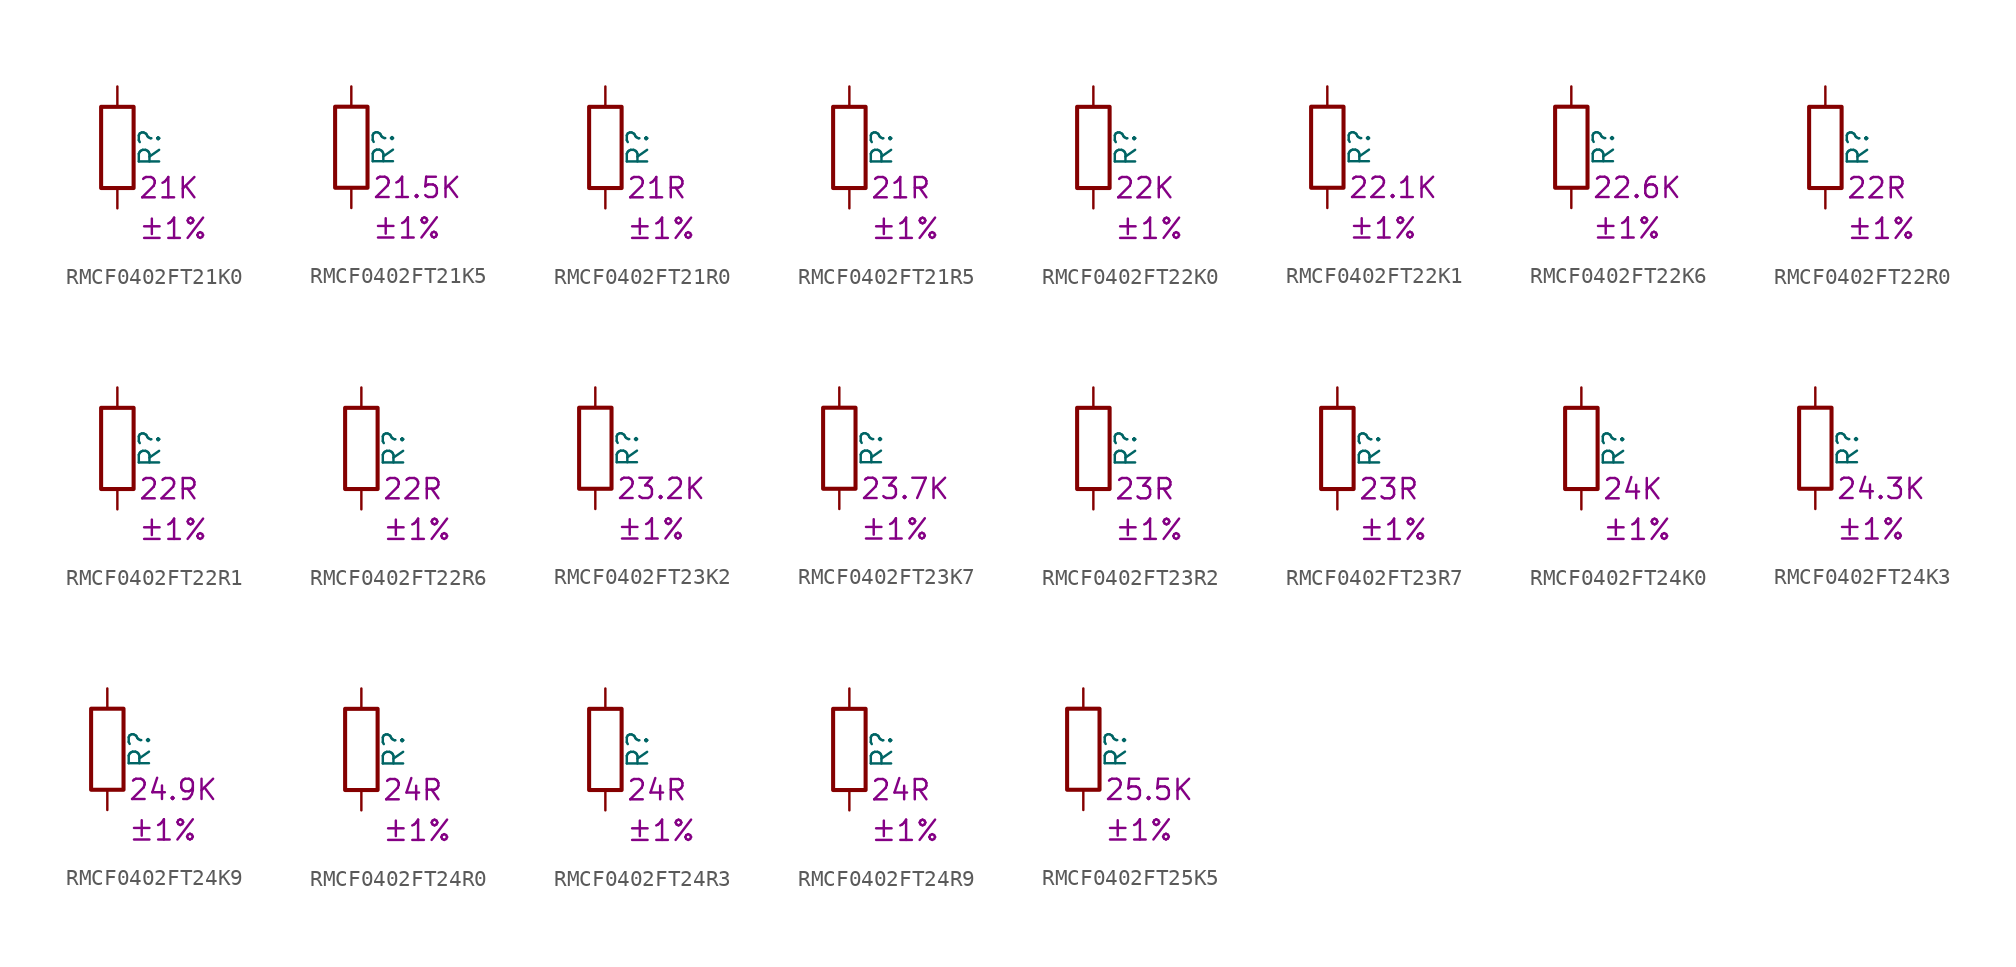
<source format=kicad_sym>
(kicad_symbol_lib
  (version 20220914)
  (generator kicad_symbol_editor)
  (symbol "RMCF0402FT21K0"
    (pin_numbers hide)
    (pin_names
      (offset 0))
    (property "Reference" "R"
      (at 2.032 0 90)
      (effects (font (size 1.27 1.27))))
    (property "Resistance" "21K"
      (at 1.27 -2.54 0)
      (effects (font (size 1.27 1.27)) (justify left)))
    (property "Tolerance" "±1%"
      (at 1.27 -5.08 0)
      (effects (font (size 1.27 1.27)) (justify left)))
    (symbol "RMCF0402FT21K0_0_1"
      (rectangle (start -1.016 -2.54) (end 1.016 2.54) (stroke (width 0.254) (type default)) (fill (type none))))
    (symbol "RMCF0402FT21K0_1_1"
      (pin passive line (at 0 3.81 270) (length 1.27) (name "~" (effects (font (size 1.27 1.27)))) (number "1" (effects (font (size 1.27 1.27)))))
      (pin passive line (at 0 -3.81 90) (length 1.27) (name "~" (effects (font (size 1.27 1.27)))) (number "2" (effects (font (size 1.27 1.27)))))))
  (symbol "RMCF0402FT21K5"
    (pin_numbers hide)
    (pin_names
      (offset 0))
    (property "Reference" "R"
      (at 2.032 0 90)
      (effects (font (size 1.27 1.27))))
    (property "Resistance" "21.5K"
      (at 1.27 -2.54 0)
      (effects (font (size 1.27 1.27)) (justify left)))
    (property "Tolerance" "±1%"
      (at 1.27 -5.08 0)
      (effects (font (size 1.27 1.27)) (justify left)))
    (symbol "RMCF0402FT21K5_0_1"
      (rectangle (start -1.016 -2.54) (end 1.016 2.54) (stroke (width 0.254) (type default)) (fill (type none))))
    (symbol "RMCF0402FT21K5_1_1"
      (pin passive line (at 0 3.81 270) (length 1.27) (name "~" (effects (font (size 1.27 1.27)))) (number "1" (effects (font (size 1.27 1.27)))))
      (pin passive line (at 0 -3.81 90) (length 1.27) (name "~" (effects (font (size 1.27 1.27)))) (number "2" (effects (font (size 1.27 1.27)))))))
  (symbol "RMCF0402FT21R0"
    (pin_numbers hide)
    (pin_names
      (offset 0))
    (property "Reference" "R"
      (at 2.032 0 90)
      (effects (font (size 1.27 1.27))))
    (property "Resistance" "21R"
      (at 1.27 -2.54 0)
      (effects (font (size 1.27 1.27)) (justify left)))
    (property "Tolerance" "±1%"
      (at 1.27 -5.08 0)
      (effects (font (size 1.27 1.27)) (justify left)))
    (symbol "RMCF0402FT21R0_0_1"
      (rectangle (start -1.016 -2.54) (end 1.016 2.54) (stroke (width 0.254) (type default)) (fill (type none))))
    (symbol "RMCF0402FT21R0_1_1"
      (pin passive line (at 0 3.81 270) (length 1.27) (name "~" (effects (font (size 1.27 1.27)))) (number "1" (effects (font (size 1.27 1.27)))))
      (pin passive line (at 0 -3.81 90) (length 1.27) (name "~" (effects (font (size 1.27 1.27)))) (number "2" (effects (font (size 1.27 1.27)))))))
  (symbol "RMCF0402FT21R5"
    (pin_numbers hide)
    (pin_names
      (offset 0))
    (property "Reference" "R"
      (at 2.032 0 90)
      (effects (font (size 1.27 1.27))))
    (property "Resistance" "21R"
      (at 1.27 -2.54 0)
      (effects (font (size 1.27 1.27)) (justify left)))
    (property "Tolerance" "±1%"
      (at 1.27 -5.08 0)
      (effects (font (size 1.27 1.27)) (justify left)))
    (symbol "RMCF0402FT21R5_0_1"
      (rectangle (start -1.016 -2.54) (end 1.016 2.54) (stroke (width 0.254) (type default)) (fill (type none))))
    (symbol "RMCF0402FT21R5_1_1"
      (pin passive line (at 0 3.81 270) (length 1.27) (name "~" (effects (font (size 1.27 1.27)))) (number "1" (effects (font (size 1.27 1.27)))))
      (pin passive line (at 0 -3.81 90) (length 1.27) (name "~" (effects (font (size 1.27 1.27)))) (number "2" (effects (font (size 1.27 1.27)))))))
  (symbol "RMCF0402FT22K0"
    (pin_numbers hide)
    (pin_names
      (offset 0))
    (property "Reference" "R"
      (at 2.032 0 90)
      (effects (font (size 1.27 1.27))))
    (property "Resistance" "22K"
      (at 1.27 -2.54 0)
      (effects (font (size 1.27 1.27)) (justify left)))
    (property "Tolerance" "±1%"
      (at 1.27 -5.08 0)
      (effects (font (size 1.27 1.27)) (justify left)))
    (symbol "RMCF0402FT22K0_0_1"
      (rectangle (start -1.016 -2.54) (end 1.016 2.54) (stroke (width 0.254) (type default)) (fill (type none))))
    (symbol "RMCF0402FT22K0_1_1"
      (pin passive line (at 0 3.81 270) (length 1.27) (name "~" (effects (font (size 1.27 1.27)))) (number "1" (effects (font (size 1.27 1.27)))))
      (pin passive line (at 0 -3.81 90) (length 1.27) (name "~" (effects (font (size 1.27 1.27)))) (number "2" (effects (font (size 1.27 1.27)))))))
  (symbol "RMCF0402FT22K1"
    (pin_numbers hide)
    (pin_names
      (offset 0))
    (property "Reference" "R"
      (at 2.032 0 90)
      (effects (font (size 1.27 1.27))))
    (property "Resistance" "22.1K"
      (at 1.27 -2.54 0)
      (effects (font (size 1.27 1.27)) (justify left)))
    (property "Tolerance" "±1%"
      (at 1.27 -5.08 0)
      (effects (font (size 1.27 1.27)) (justify left)))
    (symbol "RMCF0402FT22K1_0_1"
      (rectangle (start -1.016 -2.54) (end 1.016 2.54) (stroke (width 0.254) (type default)) (fill (type none))))
    (symbol "RMCF0402FT22K1_1_1"
      (pin passive line (at 0 3.81 270) (length 1.27) (name "~" (effects (font (size 1.27 1.27)))) (number "1" (effects (font (size 1.27 1.27)))))
      (pin passive line (at 0 -3.81 90) (length 1.27) (name "~" (effects (font (size 1.27 1.27)))) (number "2" (effects (font (size 1.27 1.27)))))))
  (symbol "RMCF0402FT22K6"
    (pin_numbers hide)
    (pin_names
      (offset 0))
    (property "Reference" "R"
      (at 2.032 0 90)
      (effects (font (size 1.27 1.27))))
    (property "Resistance" "22.6K"
      (at 1.27 -2.54 0)
      (effects (font (size 1.27 1.27)) (justify left)))
    (property "Tolerance" "±1%"
      (at 1.27 -5.08 0)
      (effects (font (size 1.27 1.27)) (justify left)))
    (symbol "RMCF0402FT22K6_0_1"
      (rectangle (start -1.016 -2.54) (end 1.016 2.54) (stroke (width 0.254) (type default)) (fill (type none))))
    (symbol "RMCF0402FT22K6_1_1"
      (pin passive line (at 0 3.81 270) (length 1.27) (name "~" (effects (font (size 1.27 1.27)))) (number "1" (effects (font (size 1.27 1.27)))))
      (pin passive line (at 0 -3.81 90) (length 1.27) (name "~" (effects (font (size 1.27 1.27)))) (number "2" (effects (font (size 1.27 1.27)))))))
  (symbol "RMCF0402FT22R0"
    (pin_numbers hide)
    (pin_names
      (offset 0))
    (property "Reference" "R"
      (at 2.032 0 90)
      (effects (font (size 1.27 1.27))))
    (property "Resistance" "22R"
      (at 1.27 -2.54 0)
      (effects (font (size 1.27 1.27)) (justify left)))
    (property "Tolerance" "±1%"
      (at 1.27 -5.08 0)
      (effects (font (size 1.27 1.27)) (justify left)))
    (symbol "RMCF0402FT22R0_0_1"
      (rectangle (start -1.016 -2.54) (end 1.016 2.54) (stroke (width 0.254) (type default)) (fill (type none))))
    (symbol "RMCF0402FT22R0_1_1"
      (pin passive line (at 0 3.81 270) (length 1.27) (name "~" (effects (font (size 1.27 1.27)))) (number "1" (effects (font (size 1.27 1.27)))))
      (pin passive line (at 0 -3.81 90) (length 1.27) (name "~" (effects (font (size 1.27 1.27)))) (number "2" (effects (font (size 1.27 1.27)))))))
  (symbol "RMCF0402FT22R1"
    (pin_numbers hide)
    (pin_names
      (offset 0))
    (property "Reference" "R"
      (at 2.032 0 90)
      (effects (font (size 1.27 1.27))))
    (property "Resistance" "22R"
      (at 1.27 -2.54 0)
      (effects (font (size 1.27 1.27)) (justify left)))
    (property "Tolerance" "±1%"
      (at 1.27 -5.08 0)
      (effects (font (size 1.27 1.27)) (justify left)))
    (symbol "RMCF0402FT22R1_0_1"
      (rectangle (start -1.016 -2.54) (end 1.016 2.54) (stroke (width 0.254) (type default)) (fill (type none))))
    (symbol "RMCF0402FT22R1_1_1"
      (pin passive line (at 0 3.81 270) (length 1.27) (name "~" (effects (font (size 1.27 1.27)))) (number "1" (effects (font (size 1.27 1.27)))))
      (pin passive line (at 0 -3.81 90) (length 1.27) (name "~" (effects (font (size 1.27 1.27)))) (number "2" (effects (font (size 1.27 1.27)))))))
  (symbol "RMCF0402FT22R6"
    (pin_numbers hide)
    (pin_names
      (offset 0))
    (property "Reference" "R"
      (at 2.032 0 90)
      (effects (font (size 1.27 1.27))))
    (property "Resistance" "22R"
      (at 1.27 -2.54 0)
      (effects (font (size 1.27 1.27)) (justify left)))
    (property "Tolerance" "±1%"
      (at 1.27 -5.08 0)
      (effects (font (size 1.27 1.27)) (justify left)))
    (symbol "RMCF0402FT22R6_0_1"
      (rectangle (start -1.016 -2.54) (end 1.016 2.54) (stroke (width 0.254) (type default)) (fill (type none))))
    (symbol "RMCF0402FT22R6_1_1"
      (pin passive line (at 0 3.81 270) (length 1.27) (name "~" (effects (font (size 1.27 1.27)))) (number "1" (effects (font (size 1.27 1.27)))))
      (pin passive line (at 0 -3.81 90) (length 1.27) (name "~" (effects (font (size 1.27 1.27)))) (number "2" (effects (font (size 1.27 1.27)))))))
  (symbol "RMCF0402FT23K2"
    (pin_numbers hide)
    (pin_names
      (offset 0))
    (property "Reference" "R"
      (at 2.032 0 90)
      (effects (font (size 1.27 1.27))))
    (property "Resistance" "23.2K"
      (at 1.27 -2.54 0)
      (effects (font (size 1.27 1.27)) (justify left)))
    (property "Tolerance" "±1%"
      (at 1.27 -5.08 0)
      (effects (font (size 1.27 1.27)) (justify left)))
    (symbol "RMCF0402FT23K2_0_1"
      (rectangle (start -1.016 -2.54) (end 1.016 2.54) (stroke (width 0.254) (type default)) (fill (type none))))
    (symbol "RMCF0402FT23K2_1_1"
      (pin passive line (at 0 3.81 270) (length 1.27) (name "~" (effects (font (size 1.27 1.27)))) (number "1" (effects (font (size 1.27 1.27)))))
      (pin passive line (at 0 -3.81 90) (length 1.27) (name "~" (effects (font (size 1.27 1.27)))) (number "2" (effects (font (size 1.27 1.27)))))))
  (symbol "RMCF0402FT23K7"
    (pin_numbers hide)
    (pin_names
      (offset 0))
    (property "Reference" "R"
      (at 2.032 0 90)
      (effects (font (size 1.27 1.27))))
    (property "Resistance" "23.7K"
      (at 1.27 -2.54 0)
      (effects (font (size 1.27 1.27)) (justify left)))
    (property "Tolerance" "±1%"
      (at 1.27 -5.08 0)
      (effects (font (size 1.27 1.27)) (justify left)))
    (symbol "RMCF0402FT23K7_0_1"
      (rectangle (start -1.016 -2.54) (end 1.016 2.54) (stroke (width 0.254) (type default)) (fill (type none))))
    (symbol "RMCF0402FT23K7_1_1"
      (pin passive line (at 0 3.81 270) (length 1.27) (name "~" (effects (font (size 1.27 1.27)))) (number "1" (effects (font (size 1.27 1.27)))))
      (pin passive line (at 0 -3.81 90) (length 1.27) (name "~" (effects (font (size 1.27 1.27)))) (number "2" (effects (font (size 1.27 1.27)))))))
  (symbol "RMCF0402FT23R2"
    (pin_numbers hide)
    (pin_names
      (offset 0))
    (property "Reference" "R"
      (at 2.032 0 90)
      (effects (font (size 1.27 1.27))))
    (property "Resistance" "23R"
      (at 1.27 -2.54 0)
      (effects (font (size 1.27 1.27)) (justify left)))
    (property "Tolerance" "±1%"
      (at 1.27 -5.08 0)
      (effects (font (size 1.27 1.27)) (justify left)))
    (symbol "RMCF0402FT23R2_0_1"
      (rectangle (start -1.016 -2.54) (end 1.016 2.54) (stroke (width 0.254) (type default)) (fill (type none))))
    (symbol "RMCF0402FT23R2_1_1"
      (pin passive line (at 0 3.81 270) (length 1.27) (name "~" (effects (font (size 1.27 1.27)))) (number "1" (effects (font (size 1.27 1.27)))))
      (pin passive line (at 0 -3.81 90) (length 1.27) (name "~" (effects (font (size 1.27 1.27)))) (number "2" (effects (font (size 1.27 1.27)))))))
  (symbol "RMCF0402FT23R7"
    (pin_numbers hide)
    (pin_names
      (offset 0))
    (property "Reference" "R"
      (at 2.032 0 90)
      (effects (font (size 1.27 1.27))))
    (property "Resistance" "23R"
      (at 1.27 -2.54 0)
      (effects (font (size 1.27 1.27)) (justify left)))
    (property "Tolerance" "±1%"
      (at 1.27 -5.08 0)
      (effects (font (size 1.27 1.27)) (justify left)))
    (symbol "RMCF0402FT23R7_0_1"
      (rectangle (start -1.016 -2.54) (end 1.016 2.54) (stroke (width 0.254) (type default)) (fill (type none))))
    (symbol "RMCF0402FT23R7_1_1"
      (pin passive line (at 0 3.81 270) (length 1.27) (name "~" (effects (font (size 1.27 1.27)))) (number "1" (effects (font (size 1.27 1.27)))))
      (pin passive line (at 0 -3.81 90) (length 1.27) (name "~" (effects (font (size 1.27 1.27)))) (number "2" (effects (font (size 1.27 1.27)))))))
  (symbol "RMCF0402FT24K0"
    (pin_numbers hide)
    (pin_names
      (offset 0))
    (property "Reference" "R"
      (at 2.032 0 90)
      (effects (font (size 1.27 1.27))))
    (property "Resistance" "24K"
      (at 1.27 -2.54 0)
      (effects (font (size 1.27 1.27)) (justify left)))
    (property "Tolerance" "±1%"
      (at 1.27 -5.08 0)
      (effects (font (size 1.27 1.27)) (justify left)))
    (symbol "RMCF0402FT24K0_0_1"
      (rectangle (start -1.016 -2.54) (end 1.016 2.54) (stroke (width 0.254) (type default)) (fill (type none))))
    (symbol "RMCF0402FT24K0_1_1"
      (pin passive line (at 0 3.81 270) (length 1.27) (name "~" (effects (font (size 1.27 1.27)))) (number "1" (effects (font (size 1.27 1.27)))))
      (pin passive line (at 0 -3.81 90) (length 1.27) (name "~" (effects (font (size 1.27 1.27)))) (number "2" (effects (font (size 1.27 1.27)))))))
  (symbol "RMCF0402FT24K3"
    (pin_numbers hide)
    (pin_names
      (offset 0))
    (property "Reference" "R"
      (at 2.032 0 90)
      (effects (font (size 1.27 1.27))))
    (property "Resistance" "24.3K"
      (at 1.27 -2.54 0)
      (effects (font (size 1.27 1.27)) (justify left)))
    (property "Tolerance" "±1%"
      (at 1.27 -5.08 0)
      (effects (font (size 1.27 1.27)) (justify left)))
    (symbol "RMCF0402FT24K3_0_1"
      (rectangle (start -1.016 -2.54) (end 1.016 2.54) (stroke (width 0.254) (type default)) (fill (type none))))
    (symbol "RMCF0402FT24K3_1_1"
      (pin passive line (at 0 3.81 270) (length 1.27) (name "~" (effects (font (size 1.27 1.27)))) (number "1" (effects (font (size 1.27 1.27)))))
      (pin passive line (at 0 -3.81 90) (length 1.27) (name "~" (effects (font (size 1.27 1.27)))) (number "2" (effects (font (size 1.27 1.27)))))))
  (symbol "RMCF0402FT24K9"
    (pin_numbers hide)
    (pin_names
      (offset 0))
    (property "Reference" "R"
      (at 2.032 0 90)
      (effects (font (size 1.27 1.27))))
    (property "Resistance" "24.9K"
      (at 1.27 -2.54 0)
      (effects (font (size 1.27 1.27)) (justify left)))
    (property "Tolerance" "±1%"
      (at 1.27 -5.08 0)
      (effects (font (size 1.27 1.27)) (justify left)))
    (symbol "RMCF0402FT24K9_0_1"
      (rectangle (start -1.016 -2.54) (end 1.016 2.54) (stroke (width 0.254) (type default)) (fill (type none))))
    (symbol "RMCF0402FT24K9_1_1"
      (pin passive line (at 0 3.81 270) (length 1.27) (name "~" (effects (font (size 1.27 1.27)))) (number "1" (effects (font (size 1.27 1.27)))))
      (pin passive line (at 0 -3.81 90) (length 1.27) (name "~" (effects (font (size 1.27 1.27)))) (number "2" (effects (font (size 1.27 1.27)))))))
  (symbol "RMCF0402FT24R0"
    (pin_numbers hide)
    (pin_names
      (offset 0))
    (property "Reference" "R"
      (at 2.032 0 90)
      (effects (font (size 1.27 1.27))))
    (property "Resistance" "24R"
      (at 1.27 -2.54 0)
      (effects (font (size 1.27 1.27)) (justify left)))
    (property "Tolerance" "±1%"
      (at 1.27 -5.08 0)
      (effects (font (size 1.27 1.27)) (justify left)))
    (symbol "RMCF0402FT24R0_0_1"
      (rectangle (start -1.016 -2.54) (end 1.016 2.54) (stroke (width 0.254) (type default)) (fill (type none))))
    (symbol "RMCF0402FT24R0_1_1"
      (pin passive line (at 0 3.81 270) (length 1.27) (name "~" (effects (font (size 1.27 1.27)))) (number "1" (effects (font (size 1.27 1.27)))))
      (pin passive line (at 0 -3.81 90) (length 1.27) (name "~" (effects (font (size 1.27 1.27)))) (number "2" (effects (font (size 1.27 1.27)))))))
  (symbol "RMCF0402FT24R3"
    (pin_numbers hide)
    (pin_names
      (offset 0))
    (property "Reference" "R"
      (at 2.032 0 90)
      (effects (font (size 1.27 1.27))))
    (property "Resistance" "24R"
      (at 1.27 -2.54 0)
      (effects (font (size 1.27 1.27)) (justify left)))
    (property "Tolerance" "±1%"
      (at 1.27 -5.08 0)
      (effects (font (size 1.27 1.27)) (justify left)))
    (symbol "RMCF0402FT24R3_0_1"
      (rectangle (start -1.016 -2.54) (end 1.016 2.54) (stroke (width 0.254) (type default)) (fill (type none))))
    (symbol "RMCF0402FT24R3_1_1"
      (pin passive line (at 0 3.81 270) (length 1.27) (name "~" (effects (font (size 1.27 1.27)))) (number "1" (effects (font (size 1.27 1.27)))))
      (pin passive line (at 0 -3.81 90) (length 1.27) (name "~" (effects (font (size 1.27 1.27)))) (number "2" (effects (font (size 1.27 1.27)))))))
  (symbol "RMCF0402FT24R9"
    (pin_numbers hide)
    (pin_names
      (offset 0))
    (property "Reference" "R"
      (at 2.032 0 90)
      (effects (font (size 1.27 1.27))))
    (property "Resistance" "24R"
      (at 1.27 -2.54 0)
      (effects (font (size 1.27 1.27)) (justify left)))
    (property "Tolerance" "±1%"
      (at 1.27 -5.08 0)
      (effects (font (size 1.27 1.27)) (justify left)))
    (symbol "RMCF0402FT24R9_0_1"
      (rectangle (start -1.016 -2.54) (end 1.016 2.54) (stroke (width 0.254) (type default)) (fill (type none))))
    (symbol "RMCF0402FT24R9_1_1"
      (pin passive line (at 0 3.81 270) (length 1.27) (name "~" (effects (font (size 1.27 1.27)))) (number "1" (effects (font (size 1.27 1.27)))))
      (pin passive line (at 0 -3.81 90) (length 1.27) (name "~" (effects (font (size 1.27 1.27)))) (number "2" (effects (font (size 1.27 1.27)))))))
  (symbol "RMCF0402FT25K5"
    (pin_numbers hide)
    (pin_names
      (offset 0))
    (property "Reference" "R"
      (at 2.032 0 90)
      (effects (font (size 1.27 1.27))))
    (property "Resistance" "25.5K"
      (at 1.27 -2.54 0)
      (effects (font (size 1.27 1.27)) (justify left)))
    (property "Tolerance" "±1%"
      (at 1.27 -5.08 0)
      (effects (font (size 1.27 1.27)) (justify left)))
    (symbol "RMCF0402FT25K5_0_1"
      (rectangle (start -1.016 -2.54) (end 1.016 2.54) (stroke (width 0.254) (type default)) (fill (type none))))
    (symbol "RMCF0402FT25K5_1_1"
      (pin passive line (at 0 3.81 270) (length 1.27) (name "~" (effects (font (size 1.27 1.27)))) (number "1" (effects (font (size 1.27 1.27)))))
      (pin passive line (at 0 -3.81 90) (length 1.27) (name "~" (effects (font (size 1.27 1.27)))) (number "2" (effects (font (size 1.27 1.27))))))))
</source>
